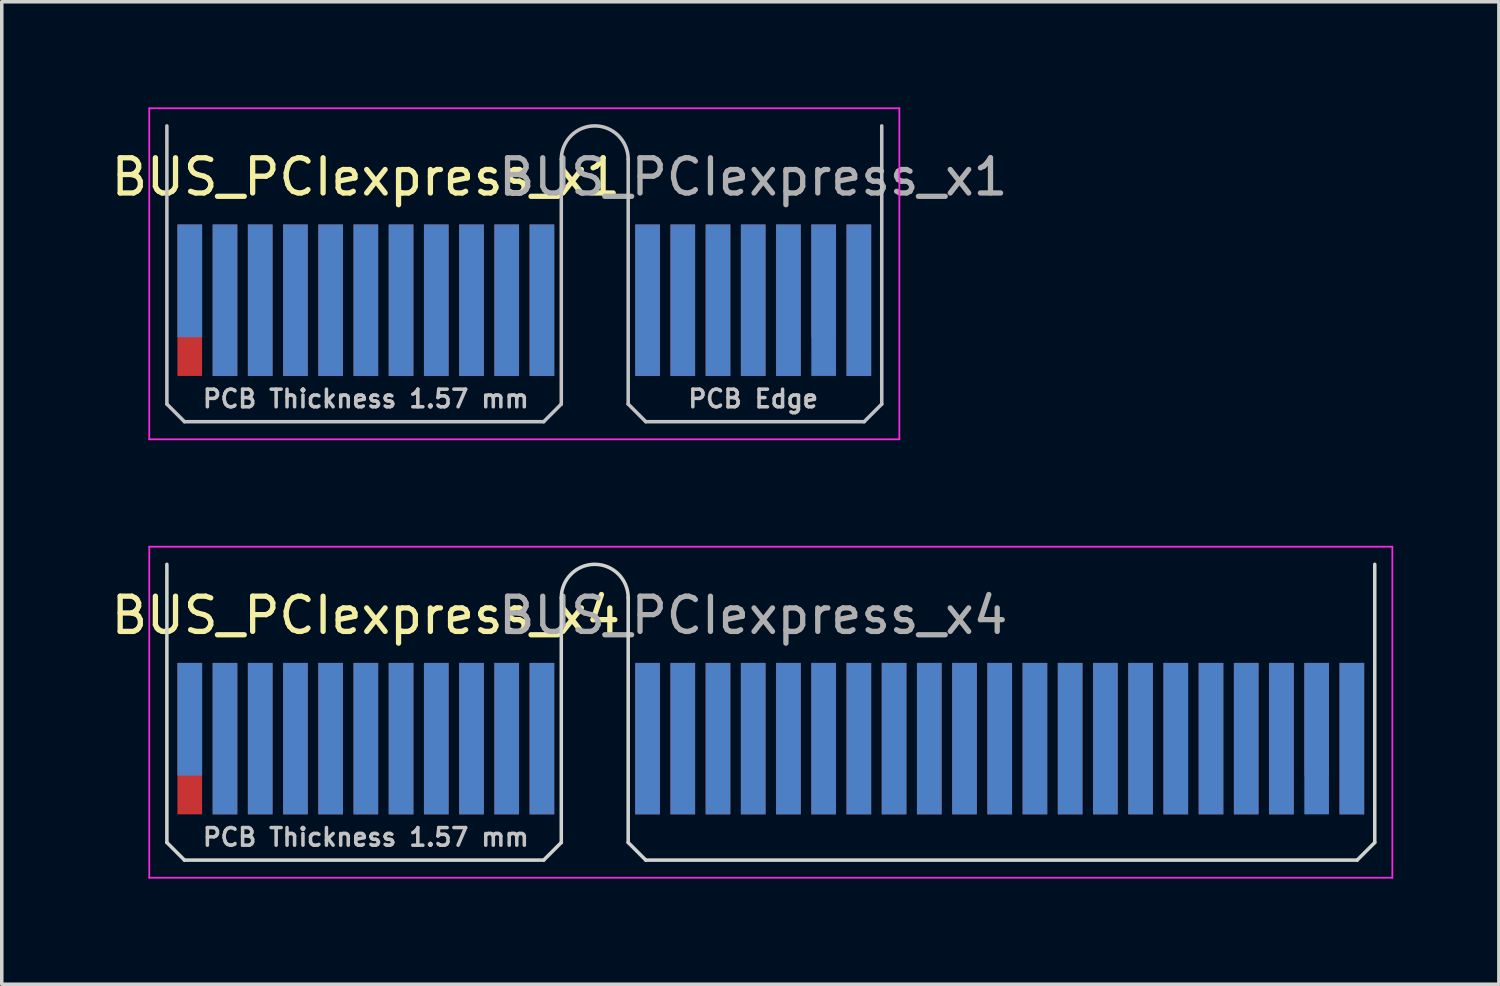
<source format=kicad_pcb>
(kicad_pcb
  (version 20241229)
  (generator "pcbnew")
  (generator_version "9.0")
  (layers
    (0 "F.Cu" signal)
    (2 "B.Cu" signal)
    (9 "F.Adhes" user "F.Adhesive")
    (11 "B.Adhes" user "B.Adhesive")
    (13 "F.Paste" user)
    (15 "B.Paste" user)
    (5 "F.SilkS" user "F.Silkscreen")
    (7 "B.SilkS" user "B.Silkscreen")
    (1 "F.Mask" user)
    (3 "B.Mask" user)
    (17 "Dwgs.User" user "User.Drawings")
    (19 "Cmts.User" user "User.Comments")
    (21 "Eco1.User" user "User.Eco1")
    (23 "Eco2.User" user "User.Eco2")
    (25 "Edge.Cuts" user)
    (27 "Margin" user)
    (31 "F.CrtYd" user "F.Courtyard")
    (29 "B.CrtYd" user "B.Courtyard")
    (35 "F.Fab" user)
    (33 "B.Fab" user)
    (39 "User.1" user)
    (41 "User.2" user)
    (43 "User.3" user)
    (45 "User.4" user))
  (footprint "BUS_PCIexpress_x4"
    (layer "F.Cu")
    (at 2.339 17.925)
    (property "Reference" "BUS_PCIexpress_x4" (at 5 -3.5 0) (layer "F.SilkS") (effects (font (size 1 1) (thickness 0.15))))
    (attr exclude_from_pos_files exclude_from_bom)
    (fp_line (start -0.65 -4.95) (end -0.65 2.95) (stroke (width 0.1) (type solid)) (layer "Edge.Cuts"))
    (fp_line (start -0.65 2.95) (end -0.15 3.45) (stroke (width 0.1) (type solid)) (layer "Edge.Cuts"))
    (fp_line (start -0.15 3.45) (end 10.05 3.45) (stroke (width 0.1) (type solid)) (layer "Edge.Cuts"))
    (fp_line (start 10.55 -4) (end 10.55 2.95) (stroke (width 0.1) (type solid)) (layer "Edge.Cuts"))
    (fp_line (start 10.55 2.95) (end 10.05 3.45) (stroke (width 0.1) (type solid)) (layer "Edge.Cuts"))
    (fp_line (start 12.45 -4) (end 12.45 2.95) (stroke (width 0.1) (type solid)) (layer "Edge.Cuts"))
    (fp_line (start 12.45 2.95) (end 12.95 3.45) (stroke (width 0.1) (type solid)) (layer "Edge.Cuts"))
    (fp_line (start 12.95 3.45) (end 33.15 3.45) (stroke (width 0.1) (type solid)) (layer "Edge.Cuts"))
    (fp_line (start 33.65 -4.95) (end 33.65 2.95) (stroke (width 0.1) (type solid)) (layer "Edge.Cuts"))
    (fp_line (start 33.65 2.95) (end 33.15 3.45) (stroke (width 0.1) (type solid)) (layer "Edge.Cuts"))
    (fp_arc (start 10.55 -4) (mid 11.5 -4.95) (end 12.45 -4) (stroke (width 0.1) (type solid)) (layer "Edge.Cuts"))
    (fp_line (start -1.15 -5.45) (end -1.15 3.95) (stroke (width 0.05) (type solid)) (layer "F.CrtYd"))
    (fp_line (start -1.15 -5.45) (end 34.15 -5.45) (stroke (width 0.05) (type solid)) (layer "F.CrtYd"))
    (fp_line (start 34.15 3.95) (end -1.15 3.95) (stroke (width 0.05) (type solid)) (layer "F.CrtYd"))
    (fp_line (start 34.15 3.95) (end 34.15 -5.45) (stroke (width 0.05) (type solid)) (layer "F.CrtYd"))
    (fp_text user "PCB Thickness 1.57 mm" (at 5 2.8 180) (layer "Dwgs.User") (effects (font (size 0.5 0.5) (thickness 0.1))))
    (fp_text user "${REFERENCE}" (at 16 -3.5 0) (layer "F.Fab") (effects (font (size 1 1) (thickness 0.15))))
    (pad "A1" connect rect (at 0 -0.55) (size 0.7 3.2) (layers "B.Cu" "B.Mask"))
    (pad "A2" connect rect (at 1 0) (size 0.7 4.3) (layers "B.Cu" "B.Mask"))
    (pad "A3" connect rect (at 2 0) (size 0.7 4.3) (layers "B.Cu" "B.Mask"))
    (pad "A4" connect rect (at 3 0) (size 0.7 4.3) (layers "B.Cu" "B.Mask"))
    (pad "A5" connect rect (at 4 0) (size 0.7 4.3) (layers "B.Cu" "B.Mask"))
    (pad "A6" connect rect (at 5 0) (size 0.7 4.3) (layers "B.Cu" "B.Mask"))
    (pad "A7" connect rect (at 6 0) (size 0.7 4.3) (layers "B.Cu" "B.Mask"))
    (pad "A8" connect rect (at 7 0) (size 0.7 4.3) (layers "B.Cu" "B.Mask"))
    (pad "A9" connect rect (at 8 0) (size 0.7 4.3) (layers "B.Cu" "B.Mask"))
    (pad "A10" connect rect (at 9 0) (size 0.7 4.3) (layers "B.Cu" "B.Mask"))
    (pad "A11" connect rect (at 10 0) (size 0.7 4.3) (layers "B.Cu" "B.Mask"))
    (pad "A12" connect rect (at 13 0) (size 0.7 4.3) (layers "B.Cu" "B.Mask"))
    (pad "A13" connect rect (at 14 0) (size 0.7 4.3) (layers "B.Cu" "B.Mask"))
    (pad "A14" connect rect (at 15 0) (size 0.7 4.3) (layers "B.Cu" "B.Mask"))
    (pad "A15" connect rect (at 16 0) (size 0.7 4.3) (layers "B.Cu" "B.Mask"))
    (pad "A16" connect rect (at 17 0) (size 0.7 4.3) (layers "B.Cu" "B.Mask"))
    (pad "A17" connect rect (at 18 0) (size 0.7 4.3) (layers "B.Cu" "B.Mask"))
    (pad "A18" connect rect (at 19 0) (size 0.7 4.3) (layers "B.Cu" "B.Mask"))
    (pad "A19" connect rect (at 20 0) (size 0.7 4.3) (layers "B.Cu" "B.Mask"))
    (pad "A20" connect rect (at 21 0) (size 0.7 4.3) (layers "B.Cu" "B.Mask"))
    (pad "A21" connect rect (at 22 0) (size 0.7 4.3) (layers "B.Cu" "B.Mask"))
    (pad "A22" connect rect (at 23 0) (size 0.7 4.3) (layers "B.Cu" "B.Mask"))
    (pad "A23" connect rect (at 24 0) (size 0.7 4.3) (layers "B.Cu" "B.Mask"))
    (pad "A24" connect rect (at 25 0) (size 0.7 4.3) (layers "B.Cu" "B.Mask"))
    (pad "A25" connect rect (at 26 0) (size 0.7 4.3) (layers "B.Cu" "B.Mask"))
    (pad "A26" connect rect (at 27 0) (size 0.7 4.3) (layers "B.Cu" "B.Mask"))
    (pad "A27" connect rect (at 28 0) (size 0.7 4.3) (layers "B.Cu" "B.Mask"))
    (pad "A28" connect rect (at 29 0) (size 0.7 4.3) (layers "B.Cu" "B.Mask"))
    (pad "A29" connect rect (at 30 0) (size 0.7 4.3) (layers "B.Cu" "B.Mask"))
    (pad "A30" connect rect (at 31 0) (size 0.7 4.3) (layers "B.Cu" "B.Mask"))
    (pad "A31" connect rect (at 32 0) (size 0.7 4.3) (layers "B.Cu" "B.Mask"))
    (pad "A32" connect rect (at 33 0) (size 0.7 4.3) (layers "B.Cu" "B.Mask"))
    (pad "B1" connect rect (at 0 0) (size 0.7 4.3) (layers "F.Cu" "F.Mask"))
    (pad "B2" connect rect (at 1 0) (size 0.7 4.3) (layers "F.Cu" "F.Mask"))
    (pad "B3" connect rect (at 2 0) (size 0.7 4.3) (layers "F.Cu" "F.Mask"))
    (pad "B4" connect rect (at 3 0) (size 0.7 4.3) (layers "F.Cu" "F.Mask"))
    (pad "B5" connect rect (at 4 0) (size 0.7 4.3) (layers "F.Cu" "F.Mask"))
    (pad "B6" connect rect (at 5 0) (size 0.7 4.3) (layers "F.Cu" "F.Mask"))
    (pad "B7" connect rect (at 6 0) (size 0.7 4.3) (layers "F.Cu" "F.Mask"))
    (pad "B8" connect rect (at 7 0) (size 0.7 4.3) (layers "F.Cu" "F.Mask"))
    (pad "B9" connect rect (at 8 0) (size 0.7 4.3) (layers "F.Cu" "F.Mask"))
    (pad "B10" connect rect (at 9 0) (size 0.7 4.3) (layers "F.Cu" "F.Mask"))
    (pad "B11" connect rect (at 10 0) (size 0.7 4.3) (layers "F.Cu" "F.Mask"))
    (pad "B12" connect rect (at 13 0) (size 0.7 4.3) (layers "F.Cu" "F.Mask"))
    (pad "B13" connect rect (at 14 0) (size 0.7 4.3) (layers "F.Cu" "F.Mask"))
    (pad "B14" connect rect (at 15 0) (size 0.7 4.3) (layers "F.Cu" "F.Mask"))
    (pad "B15" connect rect (at 16 0) (size 0.7 4.3) (layers "F.Cu" "F.Mask"))
    (pad "B16" connect rect (at 17 0) (size 0.7 4.3) (layers "F.Cu" "F.Mask"))
    (pad "B17" connect rect (at 18 0) (size 0.7 4.3) (layers "F.Cu" "F.Mask"))
    (pad "B18" connect rect (at 19 0) (size 0.7 4.3) (layers "F.Cu" "F.Mask"))
    (pad "B19" connect rect (at 20 0) (size 0.7 4.3) (layers "F.Cu" "F.Mask"))
    (pad "B20" connect rect (at 21 0) (size 0.7 4.3) (layers "F.Cu" "F.Mask"))
    (pad "B21" connect rect (at 22 0) (size 0.7 4.3) (layers "F.Cu" "F.Mask"))
    (pad "B22" connect rect (at 23 0) (size 0.7 4.3) (layers "F.Cu" "F.Mask"))
    (pad "B23" connect rect (at 24 0) (size 0.7 4.3) (layers "F.Cu" "F.Mask"))
    (pad "B24" connect rect (at 25 0) (size 0.7 4.3) (layers "F.Cu" "F.Mask"))
    (pad "B25" connect rect (at 26 0) (size 0.7 4.3) (layers "F.Cu" "F.Mask"))
    (pad "B26" connect rect (at 27 0) (size 0.7 4.3) (layers "F.Cu" "F.Mask"))
    (pad "B27" connect rect (at 28 0) (size 0.7 4.3) (layers "F.Cu" "F.Mask"))
    (pad "B28" connect rect (at 29 0) (size 0.7 4.3) (layers "F.Cu" "F.Mask"))
    (pad "B29" connect rect (at 30 0) (size 0.7 4.3) (layers "F.Cu" "F.Mask"))
    (pad "B30" connect rect (at 31 0) (size 0.7 4.3) (layers "F.Cu" "F.Mask"))
    (pad "B31" connect rect (at 32 -0.55) (size 0.7 3.2) (layers "F.Cu" "F.Mask"))
    (pad "B32" connect rect (at 33 0) (size 0.7 4.3) (layers "F.Cu" "F.Mask")))
  (footprint "BUS_PCIexpress_x1"
    (layer "F.Cu")
    (at 2.339 5.475)
    (property "Reference" "BUS_PCIexpress_x1" (at 5 -3.5 0) (layer "F.SilkS") (effects (font (size 1 1) (thickness 0.15))))
    (attr exclude_from_pos_files exclude_from_bom)
    (fp_line (start -0.65 -4.95) (end -0.65 2.95) (stroke (width 0.1) (type solid)) (layer "Dwgs.User"))
    (fp_line (start -0.65 2.95) (end -0.15 3.45) (stroke (width 0.1) (type solid)) (layer "Dwgs.User"))
    (fp_line (start -0.15 3.45) (end 10.05 3.45) (stroke (width 0.1) (type solid)) (layer "Dwgs.User"))
    (fp_line (start 10.55 -4) (end 10.55 2.95) (stroke (width 0.1) (type solid)) (layer "Dwgs.User"))
    (fp_line (start 10.55 2.95) (end 10.05 3.45) (stroke (width 0.1) (type solid)) (layer "Dwgs.User"))
    (fp_line (start 12.45 -4) (end 12.45 2.95) (stroke (width 0.1) (type solid)) (layer "Dwgs.User"))
    (fp_line (start 12.45 2.95) (end 12.95 3.45) (stroke (width 0.1) (type solid)) (layer "Dwgs.User"))
    (fp_line (start 12.95 3.45) (end 19.15 3.45) (stroke (width 0.1) (type solid)) (layer "Dwgs.User"))
    (fp_line (start 19.65 -4.95) (end 19.65 2.95) (stroke (width 0.1) (type solid)) (layer "Dwgs.User"))
    (fp_line (start 19.65 2.95) (end 19.15 3.45) (stroke (width 0.1) (type solid)) (layer "Dwgs.User"))
    (fp_arc (start 10.55 -4) (mid 11.5 -4.95) (end 12.45 -4) (stroke (width 0.1) (type solid)) (layer "Dwgs.User"))
    (fp_line (start -1.15 -5.45) (end -1.15 3.95) (stroke (width 0.05) (type solid)) (layer "F.CrtYd"))
    (fp_line (start -1.15 -5.45) (end 20.15 -5.45) (stroke (width 0.05) (type solid)) (layer "F.CrtYd"))
    (fp_line (start 20.15 3.95) (end -1.15 3.95) (stroke (width 0.05) (type solid)) (layer "F.CrtYd"))
    (fp_line (start 20.15 3.95) (end 20.15 -5.45) (stroke (width 0.05) (type solid)) (layer "F.CrtYd"))
    (fp_text user "PCB Thickness 1.57 mm" (at 5 2.8 180) (layer "Dwgs.User") (effects (font (size 0.5 0.5) (thickness 0.1))))
    (fp_text user "PCB Edge" (at 16 2.8 180) (layer "Dwgs.User") (effects (font (size 0.5 0.5) (thickness 0.1))))
    (fp_text user "${REFERENCE}" (at 16 -3.5 0) (layer "F.Fab") (effects (font (size 1 1) (thickness 0.15))))
    (pad "A1" connect rect (at 0 -0.55) (size 0.7 3.2) (layers "B.Cu" "B.Mask"))
    (pad "A2" connect rect (at 1 0) (size 0.7 4.3) (layers "B.Cu" "B.Mask"))
    (pad "A3" connect rect (at 2 0) (size 0.7 4.3) (layers "B.Cu" "B.Mask"))
    (pad "A4" connect rect (at 3 0) (size 0.7 4.3) (layers "B.Cu" "B.Mask"))
    (pad "A5" connect rect (at 4 0) (size 0.7 4.3) (layers "B.Cu" "B.Mask"))
    (pad "A6" connect rect (at 5 0) (size 0.7 4.3) (layers "B.Cu" "B.Mask"))
    (pad "A7" connect rect (at 6 0) (size 0.7 4.3) (layers "B.Cu" "B.Mask"))
    (pad "A8" connect rect (at 7 0) (size 0.7 4.3) (layers "B.Cu" "B.Mask"))
    (pad "A9" connect rect (at 8 0) (size 0.7 4.3) (layers "B.Cu" "B.Mask"))
    (pad "A10" connect rect (at 9 0) (size 0.7 4.3) (layers "B.Cu" "B.Mask"))
    (pad "A11" connect rect (at 10 0) (size 0.7 4.3) (layers "B.Cu" "B.Mask"))
    (pad "A12" connect rect (at 13 0) (size 0.7 4.3) (layers "B.Cu" "B.Mask"))
    (pad "A13" connect rect (at 14 0) (size 0.7 4.3) (layers "B.Cu" "B.Mask"))
    (pad "A14" connect rect (at 15 0) (size 0.7 4.3) (layers "B.Cu" "B.Mask"))
    (pad "A15" connect rect (at 16 0) (size 0.7 4.3) (layers "B.Cu" "B.Mask"))
    (pad "A16" connect rect (at 17 0) (size 0.7 4.3) (layers "B.Cu" "B.Mask"))
    (pad "A17" connect rect (at 18 0) (size 0.7 4.3) (layers "B.Cu" "B.Mask"))
    (pad "A18" connect rect (at 19 0) (size 0.7 4.3) (layers "B.Cu" "B.Mask"))
    (pad "B1" connect rect (at 0 0) (size 0.7 4.3) (layers "F.Cu" "F.Mask"))
    (pad "B2" connect rect (at 1 0) (size 0.7 4.3) (layers "F.Cu" "F.Mask"))
    (pad "B3" connect rect (at 2 0) (size 0.7 4.3) (layers "F.Cu" "F.Mask"))
    (pad "B4" connect rect (at 3 0) (size 0.7 4.3) (layers "F.Cu" "F.Mask"))
    (pad "B5" connect rect (at 4 0) (size 0.7 4.3) (layers "F.Cu" "F.Mask"))
    (pad "B6" connect rect (at 5 0) (size 0.7 4.3) (layers "F.Cu" "F.Mask"))
    (pad "B7" connect rect (at 6 0) (size 0.7 4.3) (layers "F.Cu" "F.Mask"))
    (pad "B8" connect rect (at 7 0) (size 0.7 4.3) (layers "F.Cu" "F.Mask"))
    (pad "B9" connect rect (at 8 0) (size 0.7 4.3) (layers "F.Cu" "F.Mask"))
    (pad "B10" connect rect (at 9 0) (size 0.7 4.3) (layers "F.Cu" "F.Mask"))
    (pad "B11" connect rect (at 10 0) (size 0.7 4.3) (layers "F.Cu" "F.Mask"))
    (pad "B12" connect rect (at 13 0) (size 0.7 4.3) (layers "F.Cu" "F.Mask"))
    (pad "B13" connect rect (at 14 0) (size 0.7 4.3) (layers "F.Cu" "F.Mask"))
    (pad "B14" connect rect (at 15 0) (size 0.7 4.3) (layers "F.Cu" "F.Mask"))
    (pad "B15" connect rect (at 16 0) (size 0.7 4.3) (layers "F.Cu" "F.Mask"))
    (pad "B16" connect rect (at 17 0) (size 0.7 4.3) (layers "F.Cu" "F.Mask"))
    (pad "B17" connect rect (at 18 -0.55) (size 0.7 3.2) (layers "F.Cu" "F.Mask"))
    (pad "B18" connect rect (at 19 0) (size 0.7 4.3) (layers "F.Cu" "F.Mask")))
  (gr_rect
    (start -3 -3)
    (end 39.514 24.9)
    (stroke (width 0.1) (type default))
    (fill no)
    (layer "Edge.Cuts")))
</source>
